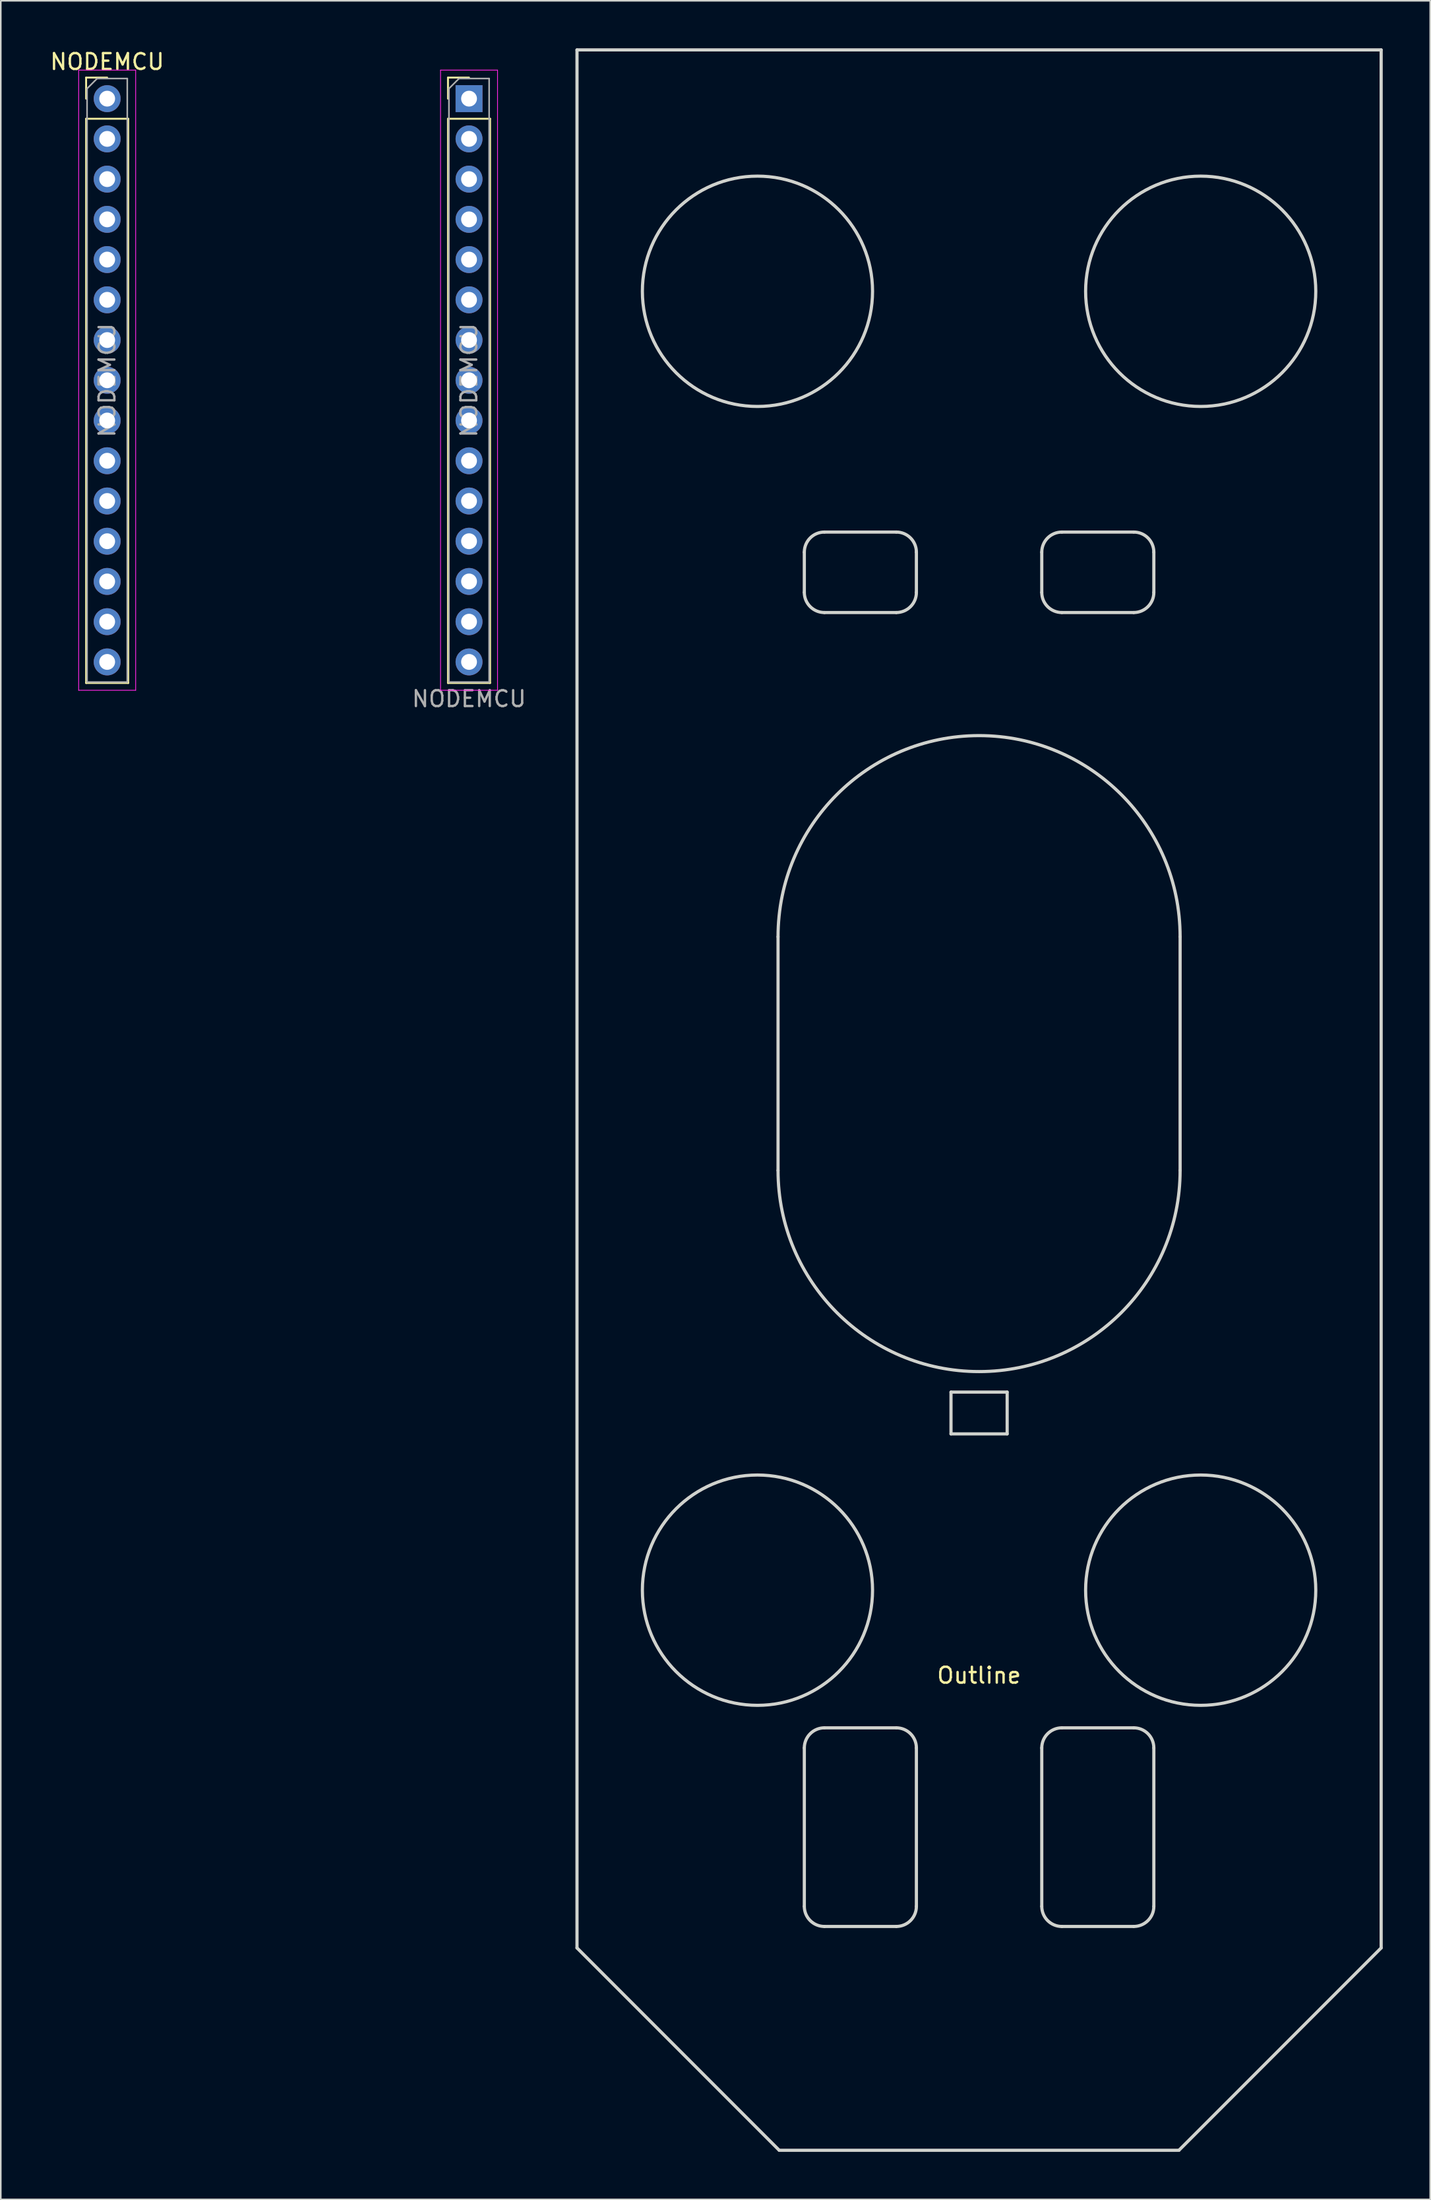
<source format=kicad_pcb>
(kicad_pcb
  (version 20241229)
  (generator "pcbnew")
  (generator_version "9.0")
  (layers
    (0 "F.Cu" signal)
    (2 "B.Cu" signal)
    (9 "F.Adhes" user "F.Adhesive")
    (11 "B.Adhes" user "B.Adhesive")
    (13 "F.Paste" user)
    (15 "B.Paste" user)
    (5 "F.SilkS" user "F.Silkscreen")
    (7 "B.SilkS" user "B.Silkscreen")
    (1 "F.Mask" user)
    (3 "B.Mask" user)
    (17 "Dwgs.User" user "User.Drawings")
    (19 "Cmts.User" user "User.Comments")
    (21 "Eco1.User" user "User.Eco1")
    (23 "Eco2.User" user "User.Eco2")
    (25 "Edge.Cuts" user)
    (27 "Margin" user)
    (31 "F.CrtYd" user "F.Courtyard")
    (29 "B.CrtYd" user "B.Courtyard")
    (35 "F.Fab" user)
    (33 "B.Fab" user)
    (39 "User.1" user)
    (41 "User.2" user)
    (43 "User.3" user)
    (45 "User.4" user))
  (footprint "Outline"
    (layer "F.Cu")
    (at 58.8 102.22)
    (property "Reference" "Outline" (at 0 0.5 0) (layer "F.SilkS") (effects (font (size 1 1) (thickness 0.15))))
    (attr through_hole)
    (fp_line (start -25.4 -102.12) (end 25.4 -102.12) (stroke (width 0.2) (type solid)) (layer "Edge.Cuts"))
    (fp_line (start -25.4 17.705) (end -25.4 -102.12) (stroke (width 0.2) (type solid)) (layer "Edge.Cuts"))
    (fp_line (start -12.7 -31.38) (end -12.7 -46.13) (stroke (width 0.2) (type solid)) (layer "Edge.Cuts"))
    (fp_line (start -12.625 30.48) (end -25.4 17.705) (stroke (width 0.2) (type solid)) (layer "Edge.Cuts"))
    (fp_line (start -11.04 15.08) (end -11.04 5.08) (stroke (width 0.2) (type solid)) (layer "Edge.Cuts"))
    (fp_line (start -11.04 -67.87) (end -11.04 -70.41) (stroke (width 0.2) (type solid)) (layer "Edge.Cuts"))
    (fp_line (start -9.77 3.81) (end -5.23 3.81) (stroke (width 0.2) (type solid)) (layer "Edge.Cuts"))
    (fp_line (start -9.77 16.35) (end -5.23 16.35) (stroke (width 0.2) (type solid)) (layer "Edge.Cuts"))
    (fp_line (start -5.23 -71.68) (end -9.77 -71.68) (stroke (width 0.2) (type solid)) (layer "Edge.Cuts"))
    (fp_line (start -5.23 -66.6) (end -9.77 -66.6) (stroke (width 0.2) (type solid)) (layer "Edge.Cuts"))
    (fp_line (start -3.96 15.08) (end -3.96 5.08) (stroke (width 0.2) (type solid)) (layer "Edge.Cuts"))
    (fp_line (start -3.96 -67.87) (end -3.96 -70.41) (stroke (width 0.2) (type solid)) (layer "Edge.Cuts"))
    (fp_line (start -1.774 -17.384) (end -1.774 -14.746) (stroke (width 0.2) (type solid)) (layer "Edge.Cuts"))
    (fp_line (start 1.774 -17.384) (end -1.774 -17.384) (stroke (width 0.2) (type solid)) (layer "Edge.Cuts"))
    (fp_line (start 1.774 -17.384) (end 1.774 -14.746) (stroke (width 0.2) (type solid)) (layer "Edge.Cuts"))
    (fp_line (start 1.774 -14.746) (end -1.774 -14.746) (stroke (width 0.2) (type solid)) (layer "Edge.Cuts"))
    (fp_line (start 3.96 -67.87) (end 3.96 -70.41) (stroke (width 0.2) (type solid)) (layer "Edge.Cuts"))
    (fp_line (start 3.96 15.08) (end 3.96 5.08) (stroke (width 0.2) (type solid)) (layer "Edge.Cuts"))
    (fp_line (start 5.23 -71.68) (end 9.77 -71.68) (stroke (width 0.2) (type solid)) (layer "Edge.Cuts"))
    (fp_line (start 5.23 -66.6) (end 9.77 -66.6) (stroke (width 0.2) (type solid)) (layer "Edge.Cuts"))
    (fp_line (start 9.77 3.81) (end 5.23 3.81) (stroke (width 0.2) (type solid)) (layer "Edge.Cuts"))
    (fp_line (start 9.77 16.35) (end 5.23 16.35) (stroke (width 0.2) (type solid)) (layer "Edge.Cuts"))
    (fp_line (start 11.04 -67.87) (end 11.04 -70.41) (stroke (width 0.2) (type solid)) (layer "Edge.Cuts"))
    (fp_line (start 11.04 15.08) (end 11.04 5.08) (stroke (width 0.2) (type solid)) (layer "Edge.Cuts"))
    (fp_line (start 12.625 30.48) (end -12.625 30.48) (stroke (width 0.2) (type solid)) (layer "Edge.Cuts"))
    (fp_line (start 12.7 -31.38) (end 12.7 -46.13) (stroke (width 0.2) (type solid)) (layer "Edge.Cuts"))
    (fp_line (start 25.4 -102.12) (end 25.4 17.705) (stroke (width 0.2) (type solid)) (layer "Edge.Cuts"))
    (fp_line (start 25.4 17.705) (end 12.625 30.48) (stroke (width 0.2) (type solid)) (layer "Edge.Cuts"))
    (fp_arc (start -12.7 -46.129999) (mid 0 -58.829999) (end 12.7 -46.129999) (stroke (width 0.2) (type solid)) (layer "Edge.Cuts"))
    (fp_arc (start -11.04 5.08) (mid -10.668026 4.181974) (end -9.77 3.81) (stroke (width 0.2) (type solid)) (layer "Edge.Cuts"))
    (fp_arc (start -11.039999 -70.41) (mid -10.668025 -71.308026) (end -9.769999 -71.68) (stroke (width 0.2) (type solid)) (layer "Edge.Cuts"))
    (fp_arc (start -9.77 16.35) (mid -10.668026 15.978026) (end -11.04 15.08) (stroke (width 0.2) (type solid)) (layer "Edge.Cuts"))
    (fp_arc (start -9.769999 -66.6) (mid -10.668025 -66.971974) (end -11.039999 -67.87) (stroke (width 0.2) (type solid)) (layer "Edge.Cuts"))
    (fp_arc (start -5.23 3.81) (mid -4.331974 4.181974) (end -3.96 5.08) (stroke (width 0.2) (type solid)) (layer "Edge.Cuts"))
    (fp_arc (start -5.229999 -71.68) (mid -4.331973 -71.308026) (end -3.959999 -70.41) (stroke (width 0.2) (type solid)) (layer "Edge.Cuts"))
    (fp_arc (start -3.96 15.08) (mid -4.331974 15.978026) (end -5.23 16.35) (stroke (width 0.2) (type solid)) (layer "Edge.Cuts"))
    (fp_arc (start -3.959999 -67.87) (mid -4.331973 -66.971974) (end -5.229999 -66.6) (stroke (width 0.2) (type solid)) (layer "Edge.Cuts"))
    (fp_arc (start 3.959999 -70.41) (mid 4.331973 -71.308026) (end 5.229999 -71.68) (stroke (width 0.2) (type solid)) (layer "Edge.Cuts"))
    (fp_arc (start 3.96 5.08) (mid 4.331974 4.181974) (end 5.23 3.81) (stroke (width 0.2) (type solid)) (layer "Edge.Cuts"))
    (fp_arc (start 5.229999 -66.6) (mid 4.331973 -66.971974) (end 3.959999 -67.87) (stroke (width 0.2) (type solid)) (layer "Edge.Cuts"))
    (fp_arc (start 5.23 16.35) (mid 4.331974 15.978026) (end 3.96 15.08) (stroke (width 0.2) (type solid)) (layer "Edge.Cuts"))
    (fp_arc (start 9.769999 -71.68) (mid 10.668025 -71.308026) (end 11.039999 -70.41) (stroke (width 0.2) (type solid)) (layer "Edge.Cuts"))
    (fp_arc (start 9.77 3.81) (mid 10.668026 4.181974) (end 11.04 5.08) (stroke (width 0.2) (type solid)) (layer "Edge.Cuts"))
    (fp_arc (start 11.039999 -67.87) (mid 10.668025 -66.971974) (end 9.769999 -66.6) (stroke (width 0.2) (type solid)) (layer "Edge.Cuts"))
    (fp_arc (start 11.04 15.08) (mid 10.668026 15.978026) (end 9.77 16.35) (stroke (width 0.2) (type solid)) (layer "Edge.Cuts"))
    (fp_arc (start 12.7 -31.379999) (mid 0 -18.679999) (end -12.7 -31.379999) (stroke (width 0.2) (type solid)) (layer "Edge.Cuts"))
    (fp_circle (center -14 -86.88) (end -6.73 -86.88) (stroke (width 0.2) (type solid)) (fill no) (layer "Edge.Cuts"))
    (fp_circle (center -14 -4.88) (end -6.73 -4.88) (stroke (width 0.2) (type solid)) (fill no) (layer "Edge.Cuts"))
    (fp_circle (center 14 -86.88) (end 21.27 -86.88) (stroke (width 0.2) (type solid)) (fill no) (layer "Edge.Cuts"))
    (fp_circle (center 14 -4.88) (end 21.27 -4.88) (stroke (width 0.2) (type solid)) (fill no) (layer "Edge.Cuts")))
  (footprint "NODEMCU"
    (layer "F.Cu")
    (at 3.72 3.178)
    (property "Reference" "NODEMCU" (at 0 -2.33 0) (layer "F.SilkS") (effects (font (size 1 1) (thickness 0.15))))
    (attr through_hole)
    (fp_line (start -1.33 -1.33) (end 0 -1.33) (stroke (width 0.12) (type solid)) (layer "F.SilkS"))
    (fp_line (start -1.33 0) (end -1.33 -1.33) (stroke (width 0.12) (type solid)) (layer "F.SilkS"))
    (fp_line (start -1.33 1.27) (end -1.33 36.89) (stroke (width 0.12) (type solid)) (layer "F.SilkS"))
    (fp_line (start -1.33 1.27) (end 1.33 1.27) (stroke (width 0.12) (type solid)) (layer "F.SilkS"))
    (fp_line (start -1.33 36.89) (end 1.33 36.89) (stroke (width 0.12) (type solid)) (layer "F.SilkS"))
    (fp_line (start 1.33 1.27) (end 1.33 36.89) (stroke (width 0.12) (type solid)) (layer "F.SilkS"))
    (fp_line (start 21.53 -1.33) (end 22.86 -1.33) (stroke (width 0.12) (type solid)) (layer "F.SilkS"))
    (fp_line (start 21.53 0) (end 21.53 -1.33) (stroke (width 0.12) (type solid)) (layer "F.SilkS"))
    (fp_line (start 21.53 1.27) (end 21.53 36.89) (stroke (width 0.12) (type solid)) (layer "F.SilkS"))
    (fp_line (start 21.53 1.27) (end 24.19 1.27) (stroke (width 0.12) (type solid)) (layer "F.SilkS"))
    (fp_line (start 21.53 36.89) (end 24.19 36.89) (stroke (width 0.12) (type solid)) (layer "F.SilkS"))
    (fp_line (start 24.19 1.27) (end 24.19 36.89) (stroke (width 0.12) (type solid)) (layer "F.SilkS"))
    (fp_line (start -1.8 -1.8) (end -1.8 37.35) (stroke (width 0.05) (type solid)) (layer "F.CrtYd"))
    (fp_line (start -1.8 37.35) (end 1.8 37.35) (stroke (width 0.05) (type solid)) (layer "F.CrtYd"))
    (fp_line (start 1.8 -1.8) (end -1.8 -1.8) (stroke (width 0.05) (type solid)) (layer "F.CrtYd"))
    (fp_line (start 1.8 37.35) (end 1.8 -1.8) (stroke (width 0.05) (type solid)) (layer "F.CrtYd"))
    (fp_line (start 21.06 -1.8) (end 21.06 37.35) (stroke (width 0.05) (type solid)) (layer "F.CrtYd"))
    (fp_line (start 21.06 37.35) (end 24.66 37.35) (stroke (width 0.05) (type solid)) (layer "F.CrtYd"))
    (fp_line (start 24.66 -1.8) (end 21.06 -1.8) (stroke (width 0.05) (type solid)) (layer "F.CrtYd"))
    (fp_line (start 24.66 37.35) (end 24.66 -1.8) (stroke (width 0.05) (type solid)) (layer "F.CrtYd"))
    (fp_line (start -1.27 -0.635) (end -0.635 -1.27) (stroke (width 0.1) (type solid)) (layer "F.Fab"))
    (fp_line (start -1.27 36.83) (end -1.27 -0.635) (stroke (width 0.1) (type solid)) (layer "F.Fab"))
    (fp_line (start -0.635 -1.27) (end 1.27 -1.27) (stroke (width 0.1) (type solid)) (layer "F.Fab"))
    (fp_line (start 1.27 -1.27) (end 1.27 36.83) (stroke (width 0.1) (type solid)) (layer "F.Fab"))
    (fp_line (start 1.27 36.83) (end -1.27 36.83) (stroke (width 0.1) (type solid)) (layer "F.Fab"))
    (fp_line (start 21.59 -0.635) (end 22.225 -1.27) (stroke (width 0.1) (type solid)) (layer "F.Fab"))
    (fp_line (start 21.59 36.83) (end 21.59 -0.635) (stroke (width 0.1) (type solid)) (layer "F.Fab"))
    (fp_line (start 22.225 -1.27) (end 24.13 -1.27) (stroke (width 0.1) (type solid)) (layer "F.Fab"))
    (fp_line (start 24.13 -1.27) (end 24.13 36.83) (stroke (width 0.1) (type solid)) (layer "F.Fab"))
    (fp_line (start 24.13 36.83) (end 21.59 36.83) (stroke (width 0.1) (type solid)) (layer "F.Fab"))
    (fp_text user "NODEMCU" (at 22.86 37.89 0) (layer "F.Fab") (effects (font (size 1 1) (thickness 0.15))))
    (fp_text user "${REFERENCE}" (at 0 17.78 90) (layer "F.Fab") (effects (font (size 1 1) (thickness 0.15))))
    (fp_text user "${REFERENCE}" (at 22.86 17.78 90) (layer "F.Fab") (effects (font (size 1 1) (thickness 0.15))))
    (pad "1" thru_hole rect (at 22.86 0) (size 1.7 1.7) (drill 1) (layers "*.Cu" "*.Mask"))
    (pad "2" thru_hole oval (at 22.86 2.54) (size 1.7 1.7) (drill 1) (layers "*.Cu" "*.Mask"))
    (pad "3" thru_hole oval (at 22.86 5.08) (size 1.7 1.7) (drill 1) (layers "*.Cu" "*.Mask"))
    (pad "4" thru_hole oval (at 22.86 7.62) (size 1.7 1.7) (drill 1) (layers "*.Cu" "*.Mask"))
    (pad "5" thru_hole oval (at 22.86 10.16) (size 1.7 1.7) (drill 1) (layers "*.Cu" "*.Mask"))
    (pad "6" thru_hole oval (at 22.86 12.7) (size 1.7 1.7) (drill 1) (layers "*.Cu" "*.Mask"))
    (pad "7" thru_hole oval (at 22.86 15.24) (size 1.7 1.7) (drill 1) (layers "*.Cu" "*.Mask"))
    (pad "8" thru_hole oval (at 22.86 17.78) (size 1.7 1.7) (drill 1) (layers "*.Cu" "*.Mask"))
    (pad "9" thru_hole oval (at 22.86 20.32) (size 1.7 1.7) (drill 1) (layers "*.Cu" "*.Mask"))
    (pad "10" thru_hole oval (at 22.86 22.86) (size 1.7 1.7) (drill 1) (layers "*.Cu" "*.Mask"))
    (pad "11" thru_hole oval (at 22.86 25.4) (size 1.7 1.7) (drill 1) (layers "*.Cu" "*.Mask"))
    (pad "12" thru_hole oval (at 22.86 27.94) (size 1.7 1.7) (drill 1) (layers "*.Cu" "*.Mask"))
    (pad "13" thru_hole oval (at 22.86 30.48) (size 1.7 1.7) (drill 1) (layers "*.Cu" "*.Mask"))
    (pad "14" thru_hole oval (at 22.86 33.02) (size 1.7 1.7) (drill 1) (layers "*.Cu" "*.Mask"))
    (pad "15" thru_hole oval (at 22.86 35.56) (size 1.7 1.7) (drill 1) (layers "*.Cu" "*.Mask"))
    (pad "16" thru_hole circle (at 0 0) (size 1.7 1.7) (drill 1) (layers "*.Cu" "*.Mask"))
    (pad "17" thru_hole oval (at 0 2.54) (size 1.7 1.7) (drill 1) (layers "*.Cu" "*.Mask"))
    (pad "18" thru_hole oval (at 0 5.08) (size 1.7 1.7) (drill 1) (layers "*.Cu" "*.Mask"))
    (pad "19" thru_hole oval (at 0 7.62) (size 1.7 1.7) (drill 1) (layers "*.Cu" "*.Mask"))
    (pad "20" thru_hole oval (at 0 10.16) (size 1.7 1.7) (drill 1) (layers "*.Cu" "*.Mask"))
    (pad "21" thru_hole oval (at 0 12.7) (size 1.7 1.7) (drill 1) (layers "*.Cu" "*.Mask"))
    (pad "22" thru_hole oval (at 0 15.24) (size 1.7 1.7) (drill 1) (layers "*.Cu" "*.Mask"))
    (pad "23" thru_hole oval (at 0 17.78) (size 1.7 1.7) (drill 1) (layers "*.Cu" "*.Mask"))
    (pad "24" thru_hole oval (at 0 20.32) (size 1.7 1.7) (drill 1) (layers "*.Cu" "*.Mask"))
    (pad "25" thru_hole oval (at 0 22.86) (size 1.7 1.7) (drill 1) (layers "*.Cu" "*.Mask"))
    (pad "26" thru_hole oval (at 0 25.4) (size 1.7 1.7) (drill 1) (layers "*.Cu" "*.Mask"))
    (pad "27" thru_hole oval (at 0 27.94) (size 1.7 1.7) (drill 1) (layers "*.Cu" "*.Mask"))
    (pad "28" thru_hole oval (at 0 30.48) (size 1.7 1.7) (drill 1) (layers "*.Cu" "*.Mask"))
    (pad "29" thru_hole oval (at 0 33.02) (size 1.7 1.7) (drill 1) (layers "*.Cu" "*.Mask"))
    (pad "30" thru_hole oval (at 0 35.56) (size 1.7 1.7) (drill 1) (layers "*.Cu" "*.Mask")))
  (gr_rect
    (start -3 -3)
    (end 87.3 135.8)
    (stroke (width 0.1) (type default))
    (fill no)
    (layer "Edge.Cuts")))
</source>
